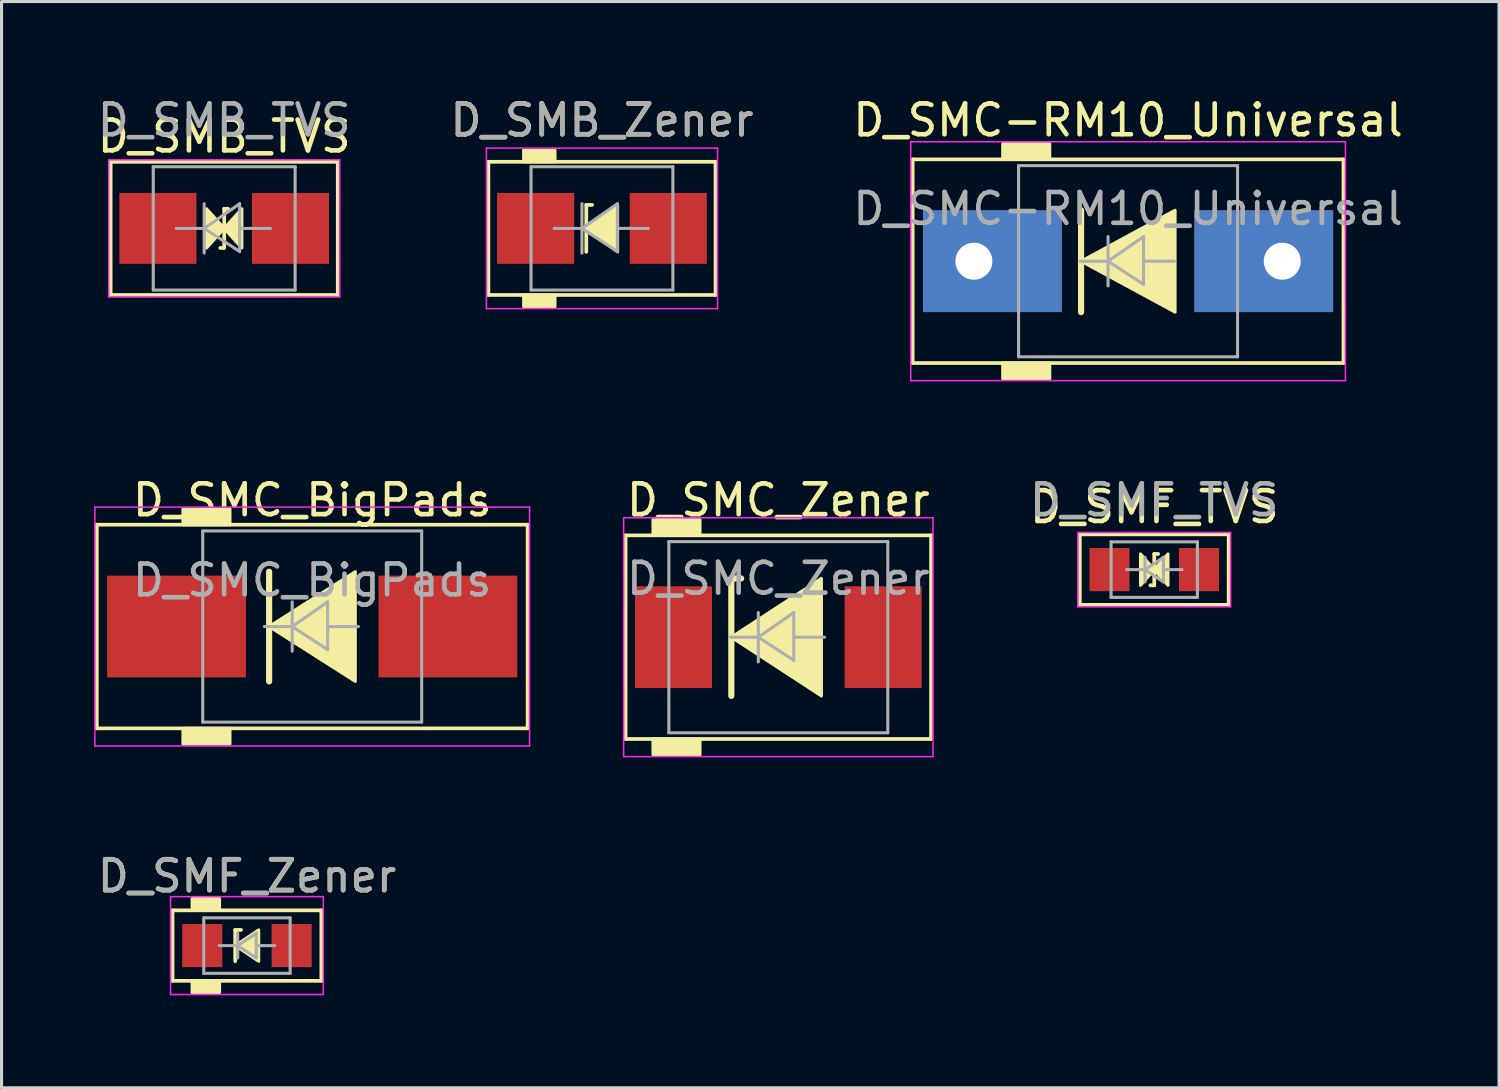
<source format=kicad_pcb>
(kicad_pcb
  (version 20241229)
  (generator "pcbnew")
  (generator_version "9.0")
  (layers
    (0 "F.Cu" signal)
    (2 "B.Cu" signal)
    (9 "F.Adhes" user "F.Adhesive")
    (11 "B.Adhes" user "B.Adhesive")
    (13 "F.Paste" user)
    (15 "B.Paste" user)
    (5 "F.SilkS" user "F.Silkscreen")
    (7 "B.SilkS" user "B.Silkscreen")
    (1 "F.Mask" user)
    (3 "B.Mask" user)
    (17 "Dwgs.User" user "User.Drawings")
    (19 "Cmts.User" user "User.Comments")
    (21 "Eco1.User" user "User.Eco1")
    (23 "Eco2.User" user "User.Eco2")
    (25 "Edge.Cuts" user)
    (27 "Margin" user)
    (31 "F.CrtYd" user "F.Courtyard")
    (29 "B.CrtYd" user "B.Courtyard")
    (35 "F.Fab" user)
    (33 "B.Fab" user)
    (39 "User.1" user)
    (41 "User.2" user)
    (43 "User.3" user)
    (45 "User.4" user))
  (footprint "D_SMB_TVS"
    (layer "F.Cu")
    (at 4.22 4.356)
    (property "Reference" "D_SMB_TVS" (at 0 -2.985 0) (layer "F.SilkS") (effects (font (size 1 1) (thickness 0.15))))
    (attr smd)
    (fp_line (start -3.683 -2.159) (end -3.683 2.159) (stroke (width 0.12) (type solid)) (layer "F.SilkS"))
    (fp_line (start -3.683 2.159) (end 3.683 2.159) (stroke (width 0.12) (type solid)) (layer "F.SilkS"))
    (fp_line (start -0.127 0.635) (end 0 0.635) (stroke (width 0.12) (type solid)) (layer "F.SilkS"))
    (fp_line (start 0 -0.635) (end 0 0.635) (stroke (width 0.12) (type solid)) (layer "F.SilkS"))
    (fp_line (start 0 -0.635) (end 0.127 -0.635) (stroke (width 0.12) (type solid)) (layer "F.SilkS"))
    (fp_line (start 3.683 -2.159) (end -3.683 -2.159) (stroke (width 0.12) (type solid)) (layer "F.SilkS"))
    (fp_line (start 3.683 2.159) (end 3.683 -2.159) (stroke (width 0.12) (type solid)) (layer "F.SilkS"))
    (fp_poly (pts (xy 0 0) (xy -0.572 0.635) (xy -0.572 -0.635)) (stroke (width 0.1) (type solid)) (fill yes) (layer "F.SilkS"))
    (fp_poly (pts (xy 0 0) (xy 0.572 -0.635) (xy 0.572 0.635)) (stroke (width 0.1) (type solid)) (fill yes) (layer "F.SilkS"))
    (fp_line (start -3.747 -2.223) (end 3.747 -2.223) (stroke (width 0.05) (type solid)) (layer "F.CrtYd"))
    (fp_line (start -3.747 2.223) (end -3.747 -2.223) (stroke (width 0.05) (type solid)) (layer "F.CrtYd"))
    (fp_line (start 3.747 -2.223) (end 3.747 2.223) (stroke (width 0.05) (type solid)) (layer "F.CrtYd"))
    (fp_line (start 3.747 2.223) (end -3.747 2.223) (stroke (width 0.05) (type solid)) (layer "F.CrtYd"))
    (fp_line (start -2.3 2) (end -2.3 -2) (stroke (width 0.1) (type solid)) (layer "F.Fab"))
    (fp_line (start -0.649 -0.799) (end -0.649 0.801) (stroke (width 0.1) (type solid)) (layer "F.Fab"))
    (fp_line (start -0.649 0.001) (end -1.551 0.001) (stroke (width 0.1) (type solid)) (layer "F.Fab"))
    (fp_line (start -0.649 0.001) (end 0.501 -0.799) (stroke (width 0.1) (type solid)) (layer "F.Fab"))
    (fp_line (start -0.649 0.001) (end 0.501 0.75) (stroke (width 0.1) (type solid)) (layer "F.Fab"))
    (fp_line (start 0.501 0.001) (end 1.499 0.001) (stroke (width 0.1) (type solid)) (layer "F.Fab"))
    (fp_line (start 0.501 0.75) (end 0.501 -0.799) (stroke (width 0.1) (type solid)) (layer "F.Fab"))
    (fp_line (start 2.3 -2) (end -2.3 -2) (stroke (width 0.1) (type solid)) (layer "F.Fab"))
    (fp_line (start 2.3 -2) (end 2.3 2) (stroke (width 0.1) (type solid)) (layer "F.Fab"))
    (fp_line (start 2.3 2) (end -2.3 2) (stroke (width 0.1) (type solid)) (layer "F.Fab"))
    (fp_text user "${REFERENCE}" (at 0 -3.508 0) (layer "F.Fab") (effects (font (size 1 1) (thickness 0.15))))
    (pad "1" smd rect (at -2.15 0) (size 2.5 2.3) (layers "F.Cu" "F.Mask" "F.Paste"))
    (pad "2" smd rect (at 2.15 0) (size 2.5 2.3) (layers "F.Cu" "F.Mask" "F.Paste")))
  (footprint "D_SMF_TVS"
    (layer "F.Cu")
    (at 34.379 15.421)
    (property "Reference" "D_SMF_TVS" (at 0 -2.032 0) (layer "F.SilkS") (effects (font (size 1 1) (thickness 0.15))))
    (attr smd)
    (fp_line (start -2.413 -1.143) (end -2.413 1.143) (stroke (width 0.12) (type solid)) (layer "F.SilkS"))
    (fp_line (start -2.413 1.143) (end 2.413 1.143) (stroke (width 0.12) (type solid)) (layer "F.SilkS"))
    (fp_line (start -0.127 0.508) (end 0 0.508) (stroke (width 0.12) (type solid)) (layer "F.SilkS"))
    (fp_line (start 0 -0.508) (end 0 0.508) (stroke (width 0.12) (type solid)) (layer "F.SilkS"))
    (fp_line (start 0 -0.508) (end 0.127 -0.508) (stroke (width 0.12) (type solid)) (layer "F.SilkS"))
    (fp_line (start 2.413 -1.143) (end -2.413 -1.143) (stroke (width 0.12) (type solid)) (layer "F.SilkS"))
    (fp_line (start 2.413 1.143) (end 2.413 -1.143) (stroke (width 0.12) (type solid)) (layer "F.SilkS"))
    (fp_poly (pts (xy 0 0) (xy -0.445 0.508) (xy -0.445 -0.508)) (stroke (width 0.1) (type solid)) (fill yes) (layer "F.SilkS"))
    (fp_poly (pts (xy 0 0) (xy 0.445 -0.508) (xy 0.445 0.508)) (stroke (width 0.1) (type solid)) (fill yes) (layer "F.SilkS"))
    (fp_line (start -2.477 -1.206) (end 2.477 -1.206) (stroke (width 0.05) (type solid)) (layer "F.CrtYd"))
    (fp_line (start -2.477 1.206) (end -2.477 -1.206) (stroke (width 0.05) (type solid)) (layer "F.CrtYd"))
    (fp_line (start 2.477 -1.206) (end 2.477 1.206) (stroke (width 0.05) (type solid)) (layer "F.CrtYd"))
    (fp_line (start 2.477 1.206) (end -2.477 1.206) (stroke (width 0.05) (type solid)) (layer "F.CrtYd"))
    (fp_line (start -1.4 0.9) (end -1.4 -0.9) (stroke (width 0.1) (type solid)) (layer "F.Fab"))
    (fp_line (start -0.3 -0.4) (end -0.3 0.4) (stroke (width 0.1) (type solid)) (layer "F.Fab"))
    (fp_line (start -0.3 0) (end -0.9 0) (stroke (width 0.1) (type solid)) (layer "F.Fab"))
    (fp_line (start -0.3 0) (end 0.3 -0.4) (stroke (width 0.1) (type solid)) (layer "F.Fab"))
    (fp_line (start -0.3 0.001) (end 0.3 0.4) (stroke (width 0.1) (type solid)) (layer "F.Fab"))
    (fp_line (start 0.3 0) (end 0.9 0) (stroke (width 0.1) (type solid)) (layer "F.Fab"))
    (fp_line (start 0.3 0.4) (end 0.3 -0.4) (stroke (width 0.1) (type solid)) (layer "F.Fab"))
    (fp_line (start 1.4 -0.9) (end -1.4 -0.9) (stroke (width 0.1) (type solid)) (layer "F.Fab"))
    (fp_line (start 1.4 -0.9) (end 1.4 0.9) (stroke (width 0.1) (type solid)) (layer "F.Fab"))
    (fp_line (start 1.4 0.9) (end -1.4 0.9) (stroke (width 0.1) (type solid)) (layer "F.Fab"))
    (fp_text user "${REFERENCE}" (at 0 -2.254 0) (layer "F.Fab") (effects (font (size 1 1) (thickness 0.15))))
    (pad "1" smd rect (at -1.45 0) (size 1.3 1.4) (layers "F.Cu" "F.Mask" "F.Paste"))
    (pad "2" smd rect (at 1.45 0) (size 1.3 1.4) (layers "F.Cu" "F.Mask" "F.Paste")))
  (footprint "D_SMC_Zener"
    (layer "F.Cu")
    (at 22.189 17.612)
    (property "Reference" "D_SMC_Zener" (at 0 -4.445 0) (layer "F.SilkS") (effects (font (size 1 1) (thickness 0.15))))
    (attr smd)
    (fp_line (start -4.953 -3.302) (end 4.953 -3.302) (stroke (width 0.12) (type solid)) (layer "F.SilkS"))
    (fp_line (start -4.953 3.302) (end -4.953 -3.302) (stroke (width 0.12) (type solid)) (layer "F.SilkS"))
    (fp_line (start -1.524 -1.905) (end -1.524 1.905) (stroke (width 0.2) (type solid)) (layer "F.SilkS"))
    (fp_line (start -1.524 -1.905) (end -1.206 -1.905) (stroke (width 0.2) (type solid)) (layer "F.SilkS"))
    (fp_line (start 4.953 -3.302) (end 4.953 3.302) (stroke (width 0.12) (type solid)) (layer "F.SilkS"))
    (fp_line (start 4.953 3.302) (end -4.953 3.302) (stroke (width 0.12) (type solid)) (layer "F.SilkS"))
    (fp_poly (pts (xy 1.397 1.905) (xy -1.524 0) (xy 1.397 -1.905)) (stroke (width 0.1) (type solid)) (fill yes) (layer "F.SilkS"))
    (fp_poly (pts (xy -2.54 -3.302) (xy -4.064 -3.302) (xy -4.064 -3.81) (xy -2.54 -3.81)) (stroke (width 0.1) (type solid)) (fill yes) (layer "F.SilkS"))
    (fp_poly (pts (xy -2.54 3.81) (xy -4.064 3.81) (xy -4.064 3.302) (xy -2.54 3.302)) (stroke (width 0.1) (type solid)) (fill yes) (layer "F.SilkS"))
    (fp_line (start -5.016 -3.873) (end 5.016 -3.873) (stroke (width 0.05) (type solid)) (layer "F.CrtYd"))
    (fp_line (start -5.016 3.873) (end -5.016 -3.873) (stroke (width 0.05) (type solid)) (layer "F.CrtYd"))
    (fp_line (start 5.016 -3.873) (end 5.016 3.873) (stroke (width 0.05) (type solid)) (layer "F.CrtYd"))
    (fp_line (start 5.016 3.873) (end -5.016 3.873) (stroke (width 0.05) (type solid)) (layer "F.CrtYd"))
    (fp_line (start -3.55 3.1) (end -3.55 -3.1) (stroke (width 0.1) (type solid)) (layer "F.Fab"))
    (fp_line (start -0.649 -0.799) (end -0.649 0.801) (stroke (width 0.1) (type solid)) (layer "F.Fab"))
    (fp_line (start -0.649 0.001) (end -1.551 0.001) (stroke (width 0.1) (type solid)) (layer "F.Fab"))
    (fp_line (start -0.649 0.001) (end 0.501 -0.799) (stroke (width 0.1) (type solid)) (layer "F.Fab"))
    (fp_line (start -0.649 0.001) (end 0.501 0.75) (stroke (width 0.1) (type solid)) (layer "F.Fab"))
    (fp_line (start 0.501 0.001) (end 1.499 0.001) (stroke (width 0.1) (type solid)) (layer "F.Fab"))
    (fp_line (start 0.501 0.75) (end 0.501 -0.799) (stroke (width 0.1) (type solid)) (layer "F.Fab"))
    (fp_line (start 3.55 -3.1) (end -3.55 -3.1) (stroke (width 0.1) (type solid)) (layer "F.Fab"))
    (fp_line (start 3.55 -3.1) (end 3.55 3.1) (stroke (width 0.1) (type solid)) (layer "F.Fab"))
    (fp_line (start 3.55 3.1) (end -3.55 3.1) (stroke (width 0.1) (type solid)) (layer "F.Fab"))
    (fp_text user "${REFERENCE}" (at 0 -1.9 0) (layer "F.Fab") (effects (font (size 1 1) (thickness 0.15))))
    (pad "1" smd rect (at -3.4 0 90) (size 3.3 2.5) (layers "F.Cu" "F.Mask" "F.Paste"))
    (pad "2" smd rect (at 3.4 0 90) (size 3.3 2.5) (layers "F.Cu" "F.Mask" "F.Paste")))
  (footprint "D_SMF_Zener"
    (layer "F.Cu")
    (at 4.958 27.613)
    (property "Reference" "D_SMF_Zener" (at 0 -2.254 0) (layer "F.SilkS") (effects (font (size 1 1) (thickness 0.15))))
    (attr smd)
    (fp_line (start -2.413 -1.143) (end -2.413 1.143) (stroke (width 0.12) (type solid)) (layer "F.SilkS"))
    (fp_line (start -2.413 1.143) (end 2.413 1.143) (stroke (width 0.12) (type solid)) (layer "F.SilkS"))
    (fp_line (start -0.381 -0.508) (end -0.381 0.508) (stroke (width 0.12) (type solid)) (layer "F.SilkS"))
    (fp_line (start -0.381 -0.508) (end -0.191 -0.508) (stroke (width 0.12) (type solid)) (layer "F.SilkS"))
    (fp_line (start 2.413 -1.143) (end -2.413 -1.143) (stroke (width 0.12) (type solid)) (layer "F.SilkS"))
    (fp_line (start 2.413 1.143) (end 2.413 -1.143) (stroke (width 0.12) (type solid)) (layer "F.SilkS"))
    (fp_poly (pts (xy 0.381 0.508) (xy -0.381 0) (xy 0.381 -0.508)) (stroke (width 0.1) (type solid)) (fill yes) (layer "F.SilkS"))
    (fp_poly (pts (xy -0.889 -1.143) (xy -1.778 -1.143) (xy -1.778 -1.524) (xy -0.889 -1.524)) (stroke (width 0.1) (type solid)) (fill yes) (layer "F.SilkS"))
    (fp_poly (pts (xy -0.889 1.524) (xy -1.778 1.524) (xy -1.778 1.143) (xy -0.889 1.143)) (stroke (width 0.1) (type solid)) (fill yes) (layer "F.SilkS"))
    (fp_line (start -2.477 -1.587) (end 2.477 -1.587) (stroke (width 0.05) (type solid)) (layer "F.CrtYd"))
    (fp_line (start -2.477 1.587) (end -2.477 -1.587) (stroke (width 0.05) (type solid)) (layer "F.CrtYd"))
    (fp_line (start 2.477 -1.587) (end 2.477 1.587) (stroke (width 0.05) (type solid)) (layer "F.CrtYd"))
    (fp_line (start 2.477 1.587) (end -2.477 1.587) (stroke (width 0.05) (type solid)) (layer "F.CrtYd"))
    (fp_line (start -1.4 0.9) (end -1.4 -0.9) (stroke (width 0.1) (type solid)) (layer "F.Fab"))
    (fp_line (start -0.3 -0.4) (end -0.3 0.4) (stroke (width 0.1) (type solid)) (layer "F.Fab"))
    (fp_line (start -0.3 0) (end -0.9 0) (stroke (width 0.1) (type solid)) (layer "F.Fab"))
    (fp_line (start -0.3 0) (end 0.3 -0.4) (stroke (width 0.1) (type solid)) (layer "F.Fab"))
    (fp_line (start -0.3 0.001) (end 0.3 0.4) (stroke (width 0.1) (type solid)) (layer "F.Fab"))
    (fp_line (start 0.3 0) (end 0.9 0) (stroke (width 0.1) (type solid)) (layer "F.Fab"))
    (fp_line (start 0.3 0.4) (end 0.3 -0.4) (stroke (width 0.1) (type solid)) (layer "F.Fab"))
    (fp_line (start 1.4 -0.9) (end -1.4 -0.9) (stroke (width 0.1) (type solid)) (layer "F.Fab"))
    (fp_line (start 1.4 -0.9) (end 1.4 0.9) (stroke (width 0.1) (type solid)) (layer "F.Fab"))
    (fp_line (start 1.4 0.9) (end -1.4 0.9) (stroke (width 0.1) (type solid)) (layer "F.Fab"))
    (fp_text user "${REFERENCE}" (at 0 -2.254 0) (layer "F.Fab") (effects (font (size 1 1) (thickness 0.15))))
    (pad "1" smd rect (at -1.45 0) (size 1.3 1.4) (layers "F.Cu" "F.Mask" "F.Paste"))
    (pad "2" smd rect (at 1.45 0) (size 1.3 1.4) (layers "F.Cu" "F.Mask" "F.Paste")))
  (footprint "D_SMC_BigPads"
    (layer "F.Cu")
    (at 7.074 17.267)
    (property "Reference" "D_SMC_BigPads" (at 0 -4.1 0) (layer "F.SilkS") (effects (font (size 1 1) (thickness 0.15))))
    (attr smd)
    (fp_line (start -6.985 -3.302) (end -6.985 3.302) (stroke (width 0.12) (type solid)) (layer "F.SilkS"))
    (fp_line (start -6.985 3.302) (end 6.985 3.302) (stroke (width 0.12) (type solid)) (layer "F.SilkS"))
    (fp_line (start -1.397 -1.778) (end -1.397 1.778) (stroke (width 0.2) (type solid)) (layer "F.SilkS"))
    (fp_line (start 6.985 -3.302) (end -6.985 -3.302) (stroke (width 0.12) (type solid)) (layer "F.SilkS"))
    (fp_line (start 6.985 3.302) (end 6.985 -3.302) (stroke (width 0.12) (type solid)) (layer "F.SilkS"))
    (fp_poly (pts (xy 1.397 1.778) (xy -1.397 0) (xy 1.397 -1.778)) (stroke (width 0.1) (type solid)) (fill yes) (layer "F.SilkS"))
    (fp_poly (pts (xy -2.667 -3.302) (xy -4.191 -3.302) (xy -4.191 -3.81) (xy -2.667 -3.81)) (stroke (width 0.1) (type solid)) (fill yes) (layer "F.SilkS"))
    (fp_poly (pts (xy -2.667 3.81) (xy -4.191 3.81) (xy -4.191 3.302) (xy -2.667 3.302)) (stroke (width 0.1) (type solid)) (fill yes) (layer "F.SilkS"))
    (fp_line (start -7.048 -3.873) (end 7.048 -3.873) (stroke (width 0.05) (type solid)) (layer "F.CrtYd"))
    (fp_line (start -7.048 3.873) (end -7.048 -3.873) (stroke (width 0.05) (type solid)) (layer "F.CrtYd"))
    (fp_line (start 7.048 -3.873) (end 7.048 3.873) (stroke (width 0.05) (type solid)) (layer "F.CrtYd"))
    (fp_line (start 7.048 3.873) (end -7.048 3.873) (stroke (width 0.05) (type solid)) (layer "F.CrtYd"))
    (fp_line (start -3.55 3.1) (end -3.55 -3.1) (stroke (width 0.1) (type solid)) (layer "F.Fab"))
    (fp_line (start -0.649 -0.799) (end -0.649 0.801) (stroke (width 0.1) (type solid)) (layer "F.Fab"))
    (fp_line (start -0.649 0.001) (end -1.551 0.001) (stroke (width 0.1) (type solid)) (layer "F.Fab"))
    (fp_line (start -0.649 0.001) (end 0.501 -0.799) (stroke (width 0.1) (type solid)) (layer "F.Fab"))
    (fp_line (start -0.649 0.001) (end 0.501 0.75) (stroke (width 0.1) (type solid)) (layer "F.Fab"))
    (fp_line (start 0.501 0.001) (end 1.499 0.001) (stroke (width 0.1) (type solid)) (layer "F.Fab"))
    (fp_line (start 0.501 0.75) (end 0.501 -0.799) (stroke (width 0.1) (type solid)) (layer "F.Fab"))
    (fp_line (start 3.55 -3.1) (end -3.55 -3.1) (stroke (width 0.1) (type solid)) (layer "F.Fab"))
    (fp_line (start 3.55 -3.1) (end 3.55 3.1) (stroke (width 0.1) (type solid)) (layer "F.Fab"))
    (fp_line (start 3.55 3.1) (end -3.55 3.1) (stroke (width 0.1) (type solid)) (layer "F.Fab"))
    (fp_text user "${REFERENCE}" (at 0 -1.5 0) (layer "F.Fab") (effects (font (size 1 1) (thickness 0.15))))
    (pad "1" smd rect (at -4.4 0 90) (size 3.3 4.5) (layers "F.Cu" "F.Mask" "F.Paste"))
    (pad "2" smd rect (at 4.4 0 90) (size 3.3 4.5) (layers "F.Cu" "F.Mask" "F.Paste")))
  (footprint "D_SMB_Zener"
    (layer "F.Cu")
    (at 16.47 4.356)
    (property "Reference" "D_SMB_Zener" (at 0 -3.508 0) (layer "F.SilkS") (effects (font (size 1 1) (thickness 0.15))))
    (attr smd)
    (fp_line (start -3.683 -2.159) (end -3.683 2.159) (stroke (width 0.12) (type solid)) (layer "F.SilkS"))
    (fp_line (start -3.683 2.159) (end 3.683 2.159) (stroke (width 0.12) (type solid)) (layer "F.SilkS"))
    (fp_line (start -0.508 -0.762) (end -0.508 0.762) (stroke (width 0.12) (type solid)) (layer "F.SilkS"))
    (fp_line (start -0.508 -0.762) (end -0.318 -0.762) (stroke (width 0.12) (type solid)) (layer "F.SilkS"))
    (fp_line (start 3.683 -2.159) (end -3.683 -2.159) (stroke (width 0.12) (type solid)) (layer "F.SilkS"))
    (fp_line (start 3.683 2.159) (end 3.683 -2.159) (stroke (width 0.12) (type solid)) (layer "F.SilkS"))
    (fp_poly (pts (xy 0.508 0.762) (xy -0.508 0) (xy 0.508 -0.762)) (stroke (width 0.1) (type solid)) (fill yes) (layer "F.SilkS"))
    (fp_poly (pts (xy -1.524 -2.159) (xy -2.54 -2.159) (xy -2.54 -2.54) (xy -1.524 -2.54)) (stroke (width 0.1) (type solid)) (fill yes) (layer "F.SilkS"))
    (fp_poly (pts (xy -1.524 2.54) (xy -2.54 2.54) (xy -2.54 2.159) (xy -1.524 2.159)) (stroke (width 0.1) (type solid)) (fill yes) (layer "F.SilkS"))
    (fp_line (start -3.747 -2.603) (end 3.747 -2.603) (stroke (width 0.05) (type solid)) (layer "F.CrtYd"))
    (fp_line (start -3.747 2.603) (end -3.747 -2.603) (stroke (width 0.05) (type solid)) (layer "F.CrtYd"))
    (fp_line (start 3.747 -2.603) (end 3.747 2.603) (stroke (width 0.05) (type solid)) (layer "F.CrtYd"))
    (fp_line (start 3.747 2.603) (end -3.747 2.603) (stroke (width 0.05) (type solid)) (layer "F.CrtYd"))
    (fp_line (start -2.3 2) (end -2.3 -2) (stroke (width 0.1) (type solid)) (layer "F.Fab"))
    (fp_line (start -0.649 -0.799) (end -0.649 0.801) (stroke (width 0.1) (type solid)) (layer "F.Fab"))
    (fp_line (start -0.649 0.001) (end -1.551 0.001) (stroke (width 0.1) (type solid)) (layer "F.Fab"))
    (fp_line (start -0.649 0.001) (end 0.501 -0.799) (stroke (width 0.1) (type solid)) (layer "F.Fab"))
    (fp_line (start -0.649 0.001) (end 0.501 0.75) (stroke (width 0.1) (type solid)) (layer "F.Fab"))
    (fp_line (start 0.501 0.001) (end 1.499 0.001) (stroke (width 0.1) (type solid)) (layer "F.Fab"))
    (fp_line (start 0.501 0.75) (end 0.501 -0.799) (stroke (width 0.1) (type solid)) (layer "F.Fab"))
    (fp_line (start 2.3 -2) (end -2.3 -2) (stroke (width 0.1) (type solid)) (layer "F.Fab"))
    (fp_line (start 2.3 -2) (end 2.3 2) (stroke (width 0.1) (type solid)) (layer "F.Fab"))
    (fp_line (start 2.3 2) (end -2.3 2) (stroke (width 0.1) (type solid)) (layer "F.Fab"))
    (fp_text user "${REFERENCE}" (at 0 -3.508 0) (layer "F.Fab") (effects (font (size 1 1) (thickness 0.15))))
    (pad "1" smd rect (at -2.15 0) (size 2.5 2.3) (layers "F.Cu" "F.Mask" "F.Paste"))
    (pad "2" smd rect (at 2.15 0) (size 2.5 2.3) (layers "F.Cu" "F.Mask" "F.Paste")))
  (footprint "D_SMC-RM10_Universal"
    (layer "F.Cu")
    (at 33.53 5.42)
    (property "Reference" "D_SMC-RM10_Universal" (at 0 -4.572 0) (layer "F.SilkS") (effects (font (size 1 1) (thickness 0.15))))
    (attr through_hole)
    (fp_line (start -6.985 -3.302) (end -6.985 3.302) (stroke (width 0.12) (type solid)) (layer "F.SilkS"))
    (fp_line (start -6.985 3.302) (end 6.985 3.302) (stroke (width 0.12) (type solid)) (layer "F.SilkS"))
    (fp_line (start -1.524 -1.651) (end -1.524 1.651) (stroke (width 0.2) (type solid)) (layer "F.SilkS"))
    (fp_line (start 6.985 -3.302) (end -6.985 -3.302) (stroke (width 0.12) (type solid)) (layer "F.SilkS"))
    (fp_line (start 6.985 3.302) (end 6.985 -3.302) (stroke (width 0.12) (type solid)) (layer "F.SilkS"))
    (fp_poly (pts (xy 1.524 1.651) (xy -1.524 0) (xy 1.524 -1.651)) (stroke (width 0.1) (type solid)) (fill yes) (layer "F.SilkS"))
    (fp_poly (pts (xy -2.54 -3.302) (xy -4.064 -3.302) (xy -4.064 -3.81) (xy -2.54 -3.81)) (stroke (width 0.1) (type solid)) (fill yes) (layer "F.SilkS"))
    (fp_poly (pts (xy -2.54 3.81) (xy -4.064 3.81) (xy -4.064 3.302) (xy -2.54 3.302)) (stroke (width 0.1) (type solid)) (fill yes) (layer "F.SilkS"))
    (fp_line (start -7.048 -3.873) (end 7.048 -3.873) (stroke (width 0.05) (type solid)) (layer "F.CrtYd"))
    (fp_line (start -7.048 3.873) (end -7.048 -3.873) (stroke (width 0.05) (type solid)) (layer "F.CrtYd"))
    (fp_line (start 7.048 -3.873) (end 7.048 3.873) (stroke (width 0.05) (type solid)) (layer "F.CrtYd"))
    (fp_line (start 7.048 3.873) (end -7.048 3.873) (stroke (width 0.05) (type solid)) (layer "F.CrtYd"))
    (fp_line (start -3.55 3.1) (end -3.55 -3.1) (stroke (width 0.1) (type solid)) (layer "F.Fab"))
    (fp_line (start -0.649 -0.799) (end -0.649 0.801) (stroke (width 0.1) (type solid)) (layer "F.Fab"))
    (fp_line (start -0.649 0.001) (end -1.551 0.001) (stroke (width 0.1) (type solid)) (layer "F.Fab"))
    (fp_line (start -0.649 0.001) (end 0.501 -0.799) (stroke (width 0.1) (type solid)) (layer "F.Fab"))
    (fp_line (start -0.649 0.001) (end 0.501 0.75) (stroke (width 0.1) (type solid)) (layer "F.Fab"))
    (fp_line (start 0.501 0.001) (end 1.499 0.001) (stroke (width 0.1) (type solid)) (layer "F.Fab"))
    (fp_line (start 0.501 0.75) (end 0.501 -0.799) (stroke (width 0.1) (type solid)) (layer "F.Fab"))
    (fp_line (start 3.55 -3.1) (end -3.55 -3.1) (stroke (width 0.1) (type solid)) (layer "F.Fab"))
    (fp_line (start 3.55 -3.1) (end 3.55 3.1) (stroke (width 0.1) (type solid)) (layer "F.Fab"))
    (fp_line (start 3.55 3.1) (end -3.55 3.1) (stroke (width 0.1) (type solid)) (layer "F.Fab"))
    (fp_text user "${REFERENCE}" (at 0 -1.7 0) (layer "F.Fab") (effects (font (size 1 1) (thickness 0.15))))
    (pad "1" thru_hole rect (at -5 0) (size 4.5 3.3) (drill 1.2 (offset 0.6 0)) (layers "*.Cu" "*.Mask"))
    (pad "2" thru_hole rect (at 5 0 180) (size 4.5 3.3) (drill 1.2 (offset 0.6 0)) (layers "*.Cu" "*.Mask")))
  (gr_rect
    (start -3 -3)
    (end 45.56 32.225)
    (stroke (width 0.1) (type default))
    (fill no)
    (layer "Edge.Cuts")))
</source>
